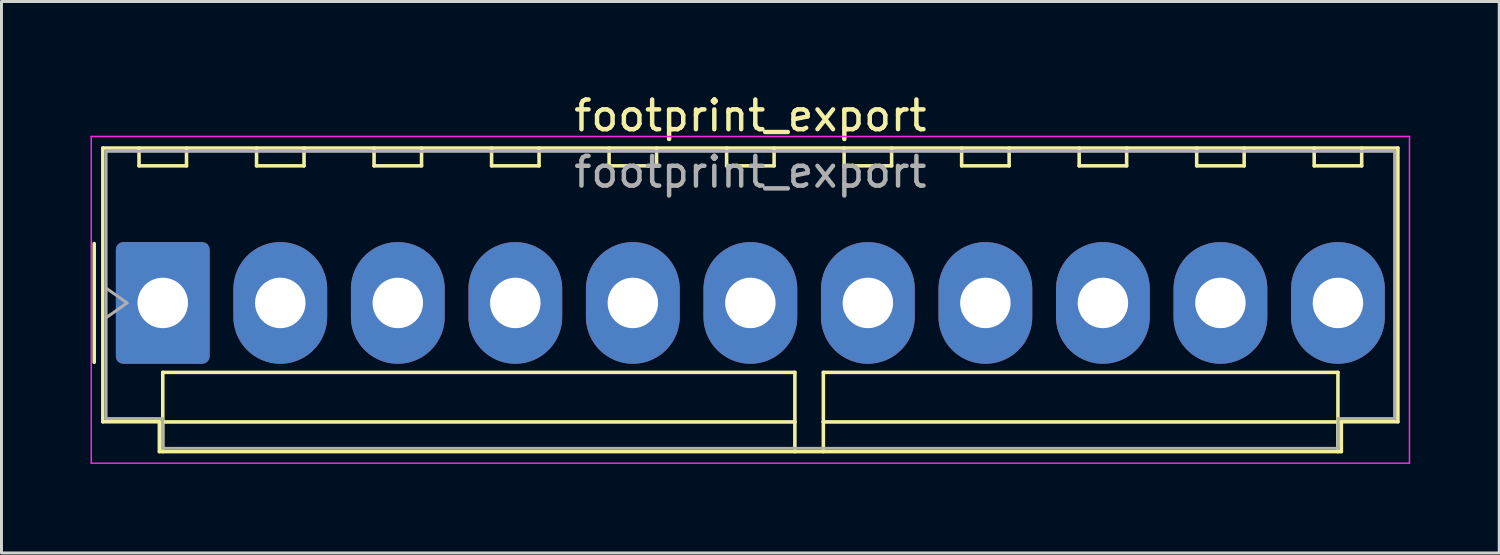
<source format=kicad_pcb>
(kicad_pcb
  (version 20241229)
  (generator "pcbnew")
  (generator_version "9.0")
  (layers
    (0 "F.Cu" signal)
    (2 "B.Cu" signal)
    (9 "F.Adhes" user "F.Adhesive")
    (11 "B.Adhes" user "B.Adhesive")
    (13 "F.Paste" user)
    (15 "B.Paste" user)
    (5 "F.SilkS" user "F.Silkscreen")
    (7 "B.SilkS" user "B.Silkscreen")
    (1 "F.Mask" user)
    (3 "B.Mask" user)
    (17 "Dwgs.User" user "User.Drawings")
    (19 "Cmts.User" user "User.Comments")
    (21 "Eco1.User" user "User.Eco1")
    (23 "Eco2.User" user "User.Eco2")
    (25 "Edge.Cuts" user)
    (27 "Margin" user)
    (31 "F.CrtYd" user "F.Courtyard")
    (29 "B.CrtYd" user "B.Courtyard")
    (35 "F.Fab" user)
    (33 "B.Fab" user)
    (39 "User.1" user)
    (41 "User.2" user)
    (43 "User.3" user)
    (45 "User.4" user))
  (footprint "footprint_export"
    (layer "F.Cu")
    (at 2.435 7.158)
    (property "Reference" "footprint_export" (at 19.8 -6.31 0) (layer "F.SilkS") (effects (font (size 1 1) (thickness 0.15))))
    (attr through_hole)
    (fp_line (start -2.31 -2) (end -2.31 2) (stroke (width 0.12) (type solid)) (layer "F.SilkS"))
    (fp_line (start -2.02 -5.22) (end 41.62 -5.22) (stroke (width 0.12) (type solid)) (layer "F.SilkS"))
    (fp_line (start -2.02 4.005) (end -2.02 -5.22) (stroke (width 0.12) (type solid)) (layer "F.SilkS"))
    (fp_line (start -0.8 -5.22) (end -0.8 -4.62) (stroke (width 0.12) (type solid)) (layer "F.SilkS"))
    (fp_line (start -0.8 -4.62) (end 0.8 -4.62) (stroke (width 0.12) (type solid)) (layer "F.SilkS"))
    (fp_line (start -0.115 4.005) (end -2.02 4.005) (stroke (width 0.12) (type solid)) (layer "F.SilkS"))
    (fp_line (start -0.115 5.01) (end -0.115 4.005) (stroke (width 0.12) (type solid)) (layer "F.SilkS"))
    (fp_line (start 0 2.34) (end 21.3 2.34) (stroke (width 0.12) (type solid)) (layer "F.SilkS"))
    (fp_line (start 0 4.01) (end 0 2.34) (stroke (width 0.12) (type solid)) (layer "F.SilkS"))
    (fp_line (start 0 4.01) (end 21.3 4.01) (stroke (width 0.12) (type solid)) (layer "F.SilkS"))
    (fp_line (start 0 5.01) (end 0 4.01) (stroke (width 0.12) (type solid)) (layer "F.SilkS"))
    (fp_line (start 0.8 -4.62) (end 0.8 -5.22) (stroke (width 0.12) (type solid)) (layer "F.SilkS"))
    (fp_line (start 3.16 -5.22) (end 3.16 -4.62) (stroke (width 0.12) (type solid)) (layer "F.SilkS"))
    (fp_line (start 3.16 -4.62) (end 4.76 -4.62) (stroke (width 0.12) (type solid)) (layer "F.SilkS"))
    (fp_line (start 4.76 -4.62) (end 4.76 -5.22) (stroke (width 0.12) (type solid)) (layer "F.SilkS"))
    (fp_line (start 7.12 -5.22) (end 7.12 -4.62) (stroke (width 0.12) (type solid)) (layer "F.SilkS"))
    (fp_line (start 7.12 -4.62) (end 8.72 -4.62) (stroke (width 0.12) (type solid)) (layer "F.SilkS"))
    (fp_line (start 8.72 -4.62) (end 8.72 -5.22) (stroke (width 0.12) (type solid)) (layer "F.SilkS"))
    (fp_line (start 11.08 -5.22) (end 11.08 -4.62) (stroke (width 0.12) (type solid)) (layer "F.SilkS"))
    (fp_line (start 11.08 -4.62) (end 12.68 -4.62) (stroke (width 0.12) (type solid)) (layer "F.SilkS"))
    (fp_line (start 12.68 -4.62) (end 12.68 -5.22) (stroke (width 0.12) (type solid)) (layer "F.SilkS"))
    (fp_line (start 15.04 -5.22) (end 15.04 -4.62) (stroke (width 0.12) (type solid)) (layer "F.SilkS"))
    (fp_line (start 15.04 -4.62) (end 16.64 -4.62) (stroke (width 0.12) (type solid)) (layer "F.SilkS"))
    (fp_line (start 16.64 -4.62) (end 16.64 -5.22) (stroke (width 0.12) (type solid)) (layer "F.SilkS"))
    (fp_line (start 19 -5.22) (end 19 -4.62) (stroke (width 0.12) (type solid)) (layer "F.SilkS"))
    (fp_line (start 19 -4.62) (end 20.6 -4.62) (stroke (width 0.12) (type solid)) (layer "F.SilkS"))
    (fp_line (start 20.6 -4.62) (end 20.6 -5.22) (stroke (width 0.12) (type solid)) (layer "F.SilkS"))
    (fp_line (start 21.3 2.34) (end 21.3 4.01) (stroke (width 0.12) (type solid)) (layer "F.SilkS"))
    (fp_line (start 21.3 4.01) (end 21.3 5.01) (stroke (width 0.12) (type solid)) (layer "F.SilkS"))
    (fp_line (start 22.26 2.34) (end 39.6 2.34) (stroke (width 0.12) (type solid)) (layer "F.SilkS"))
    (fp_line (start 22.26 4.01) (end 22.26 2.34) (stroke (width 0.12) (type solid)) (layer "F.SilkS"))
    (fp_line (start 22.26 4.01) (end 39.6 4.01) (stroke (width 0.12) (type solid)) (layer "F.SilkS"))
    (fp_line (start 22.26 5.01) (end 22.26 4.01) (stroke (width 0.12) (type solid)) (layer "F.SilkS"))
    (fp_line (start 22.96 -5.22) (end 22.96 -4.62) (stroke (width 0.12) (type solid)) (layer "F.SilkS"))
    (fp_line (start 22.96 -4.62) (end 24.56 -4.62) (stroke (width 0.12) (type solid)) (layer "F.SilkS"))
    (fp_line (start 24.56 -4.62) (end 24.56 -5.22) (stroke (width 0.12) (type solid)) (layer "F.SilkS"))
    (fp_line (start 26.92 -5.22) (end 26.92 -4.62) (stroke (width 0.12) (type solid)) (layer "F.SilkS"))
    (fp_line (start 26.92 -4.62) (end 28.52 -4.62) (stroke (width 0.12) (type solid)) (layer "F.SilkS"))
    (fp_line (start 28.52 -4.62) (end 28.52 -5.22) (stroke (width 0.12) (type solid)) (layer "F.SilkS"))
    (fp_line (start 30.88 -5.22) (end 30.88 -4.62) (stroke (width 0.12) (type solid)) (layer "F.SilkS"))
    (fp_line (start 30.88 -4.62) (end 32.48 -4.62) (stroke (width 0.12) (type solid)) (layer "F.SilkS"))
    (fp_line (start 32.48 -4.62) (end 32.48 -5.22) (stroke (width 0.12) (type solid)) (layer "F.SilkS"))
    (fp_line (start 34.84 -5.22) (end 34.84 -4.62) (stroke (width 0.12) (type solid)) (layer "F.SilkS"))
    (fp_line (start 34.84 -4.62) (end 36.44 -4.62) (stroke (width 0.12) (type solid)) (layer "F.SilkS"))
    (fp_line (start 36.44 -4.62) (end 36.44 -5.22) (stroke (width 0.12) (type solid)) (layer "F.SilkS"))
    (fp_line (start 38.8 -5.22) (end 38.8 -4.62) (stroke (width 0.12) (type solid)) (layer "F.SilkS"))
    (fp_line (start 38.8 -4.62) (end 40.4 -4.62) (stroke (width 0.12) (type solid)) (layer "F.SilkS"))
    (fp_line (start 39.6 2.34) (end 39.6 4.01) (stroke (width 0.12) (type solid)) (layer "F.SilkS"))
    (fp_line (start 39.6 4.01) (end 39.6 5.01) (stroke (width 0.12) (type solid)) (layer "F.SilkS"))
    (fp_line (start 39.715 4.005) (end 39.715 5.01) (stroke (width 0.12) (type solid)) (layer "F.SilkS"))
    (fp_line (start 39.715 5.01) (end -0.115 5.01) (stroke (width 0.12) (type solid)) (layer "F.SilkS"))
    (fp_line (start 40.4 -4.62) (end 40.4 -5.22) (stroke (width 0.12) (type solid)) (layer "F.SilkS"))
    (fp_line (start 41.62 -5.22) (end 41.62 4.005) (stroke (width 0.12) (type solid)) (layer "F.SilkS"))
    (fp_line (start 41.62 4.005) (end 39.715 4.005) (stroke (width 0.12) (type solid)) (layer "F.SilkS"))
    (fp_line (start -2.41 -5.61) (end -2.41 5.4) (stroke (width 0.05) (type solid)) (layer "F.CrtYd"))
    (fp_line (start -2.41 5.4) (end 42.01 5.4) (stroke (width 0.05) (type solid)) (layer "F.CrtYd"))
    (fp_line (start 42.01 -5.61) (end -2.41 -5.61) (stroke (width 0.05) (type solid)) (layer "F.CrtYd"))
    (fp_line (start 42.01 5.4) (end 42.01 -5.61) (stroke (width 0.05) (type solid)) (layer "F.CrtYd"))
    (fp_line (start -1.91 -5.11) (end 41.51 -5.11) (stroke (width 0.1) (type solid)) (layer "F.Fab"))
    (fp_line (start -1.91 -0.5) (end -1.203 0) (stroke (width 0.1) (type solid)) (layer "F.Fab"))
    (fp_line (start -1.91 3.895) (end -1.91 -5.11) (stroke (width 0.1) (type solid)) (layer "F.Fab"))
    (fp_line (start -1.203 0) (end -1.91 0.5) (stroke (width 0.1) (type solid)) (layer "F.Fab"))
    (fp_line (start -0.005 3.895) (end -1.91 3.895) (stroke (width 0.1) (type solid)) (layer "F.Fab"))
    (fp_line (start -0.005 4.9) (end -0.005 3.895) (stroke (width 0.1) (type solid)) (layer "F.Fab"))
    (fp_line (start 39.605 3.895) (end 39.605 4.9) (stroke (width 0.1) (type solid)) (layer "F.Fab"))
    (fp_line (start 39.605 4.9) (end -0.005 4.9) (stroke (width 0.1) (type solid)) (layer "F.Fab"))
    (fp_line (start 41.51 -5.11) (end 41.51 3.895) (stroke (width 0.1) (type solid)) (layer "F.Fab"))
    (fp_line (start 41.51 3.895) (end 39.605 3.895) (stroke (width 0.1) (type solid)) (layer "F.Fab"))
    (fp_text user "${REFERENCE}" (at 19.8 -4.41 0) (layer "F.Fab") (effects (font (size 1 1) (thickness 0.15))))
    (pad "1" thru_hole roundrect (at 0 0) (size 3.16 4.1) (drill 1.7) (layers "*.Cu" "*.Mask") (roundrect_rratio 0.079))
    (pad "2" thru_hole oval (at 3.96 0) (size 3.16 4.1) (drill 1.7) (layers "*.Cu" "*.Mask"))
    (pad "3" thru_hole oval (at 7.92 0) (size 3.16 4.1) (drill 1.7) (layers "*.Cu" "*.Mask"))
    (pad "4" thru_hole oval (at 11.88 0) (size 3.16 4.1) (drill 1.7) (layers "*.Cu" "*.Mask"))
    (pad "5" thru_hole oval (at 15.84 0) (size 3.16 4.1) (drill 1.7) (layers "*.Cu" "*.Mask"))
    (pad "6" thru_hole oval (at 19.8 0) (size 3.16 4.1) (drill 1.7) (layers "*.Cu" "*.Mask"))
    (pad "7" thru_hole oval (at 23.76 0) (size 3.16 4.1) (drill 1.7) (layers "*.Cu" "*.Mask"))
    (pad "8" thru_hole oval (at 27.72 0) (size 3.16 4.1) (drill 1.7) (layers "*.Cu" "*.Mask"))
    (pad "9" thru_hole oval (at 31.68 0) (size 3.16 4.1) (drill 1.7) (layers "*.Cu" "*.Mask"))
    (pad "10" thru_hole oval (at 35.64 0) (size 3.16 4.1) (drill 1.7) (layers "*.Cu" "*.Mask"))
    (pad "11" thru_hole oval (at 39.6 0) (size 3.16 4.1) (drill 1.7) (layers "*.Cu" "*.Mask")))
  (gr_rect
    (start -3 -3)
    (end 47.47 15.583)
    (stroke (width 0.1) (type default))
    (fill no)
    (layer "Edge.Cuts")))
</source>
